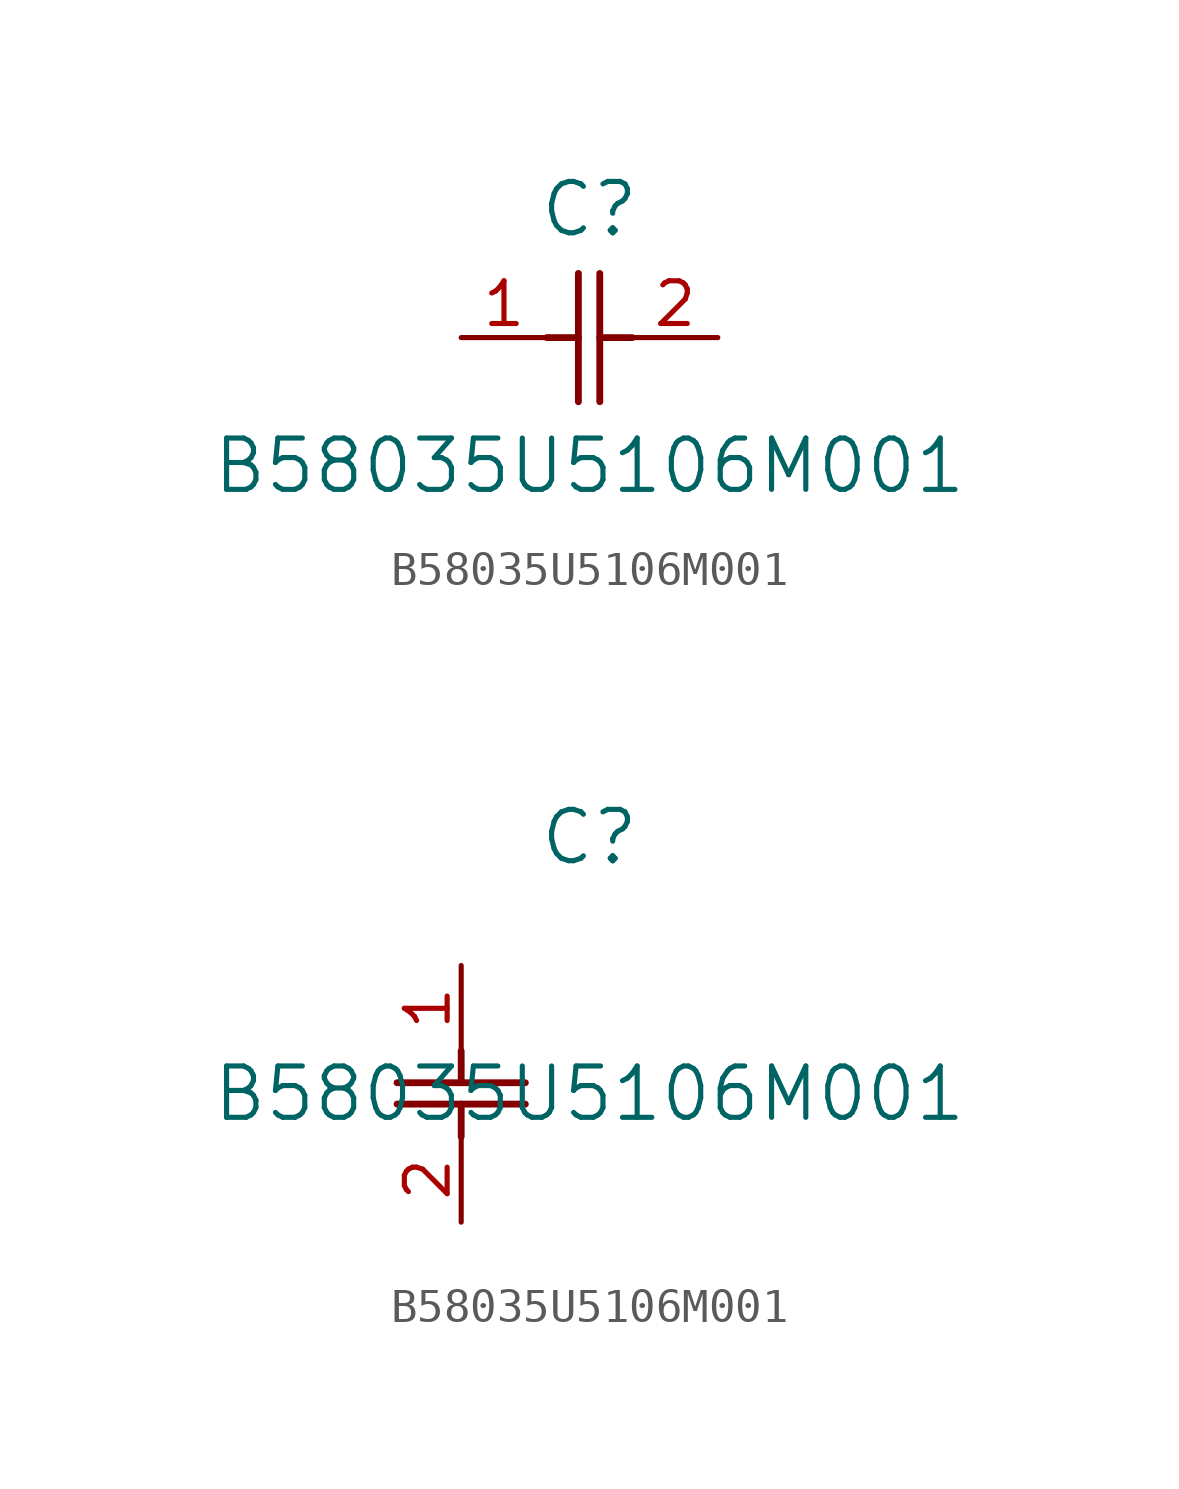
<source format=kicad_sym>
(kicad_symbol_lib
  (version 20211014)
  (generator kicad_symbol_editor)
  (symbol "B58035U5106M001"
    (pin_names
      (offset 0.254))
    (property "Reference" "C"
      (at 3.81 3.81 0)
      (effects (font (size 1.524 1.524))))
    (property "Value" "B58035U5106M001"
      (at 3.81 -3.81 0)
      (effects (font (size 1.524 1.524))))
    (symbol "B58035U5106M001_1_1"
      (polyline (pts (xy 3.48 -1.905) (xy 3.48 1.905)) (stroke (width 0.203) (type default) (color 0 0 0 0)) (fill (type none)))
      (polyline (pts (xy 4.115 -1.905) (xy 4.115 1.905)) (stroke (width 0.203) (type default) (color 0 0 0 0)) (fill (type none)))
      (polyline (pts (xy 4.115 0) (xy 5.08 0)) (stroke (width 0.203) (type default) (color 0 0 0 0)) (fill (type none)))
      (polyline (pts (xy 2.54 0) (xy 3.48 0)) (stroke (width 0.203) (type default) (color 0 0 0 0)) (fill (type none)))
      (pin unspecified line (at 0 0 0) (length 2.54) (name "" (effects (font (size 1.27 1.27)))) (number "1" (effects (font (size 1.27 1.27)))))
      (pin unspecified line (at 7.62 0 180) (length 2.54) (name "" (effects (font (size 1.27 1.27)))) (number "2" (effects (font (size 1.27 1.27))))))
    (symbol "B58035U5106M001_1_2"
      (polyline (pts (xy -1.905 -3.48) (xy 1.905 -3.48)) (stroke (width 0.203) (type default) (color 0 0 0 0)) (fill (type none)))
      (polyline (pts (xy -1.905 -4.115) (xy 1.905 -4.115)) (stroke (width 0.203) (type default) (color 0 0 0 0)) (fill (type none)))
      (polyline (pts (xy 0 -4.115) (xy 0 -5.08)) (stroke (width 0.203) (type default) (color 0 0 0 0)) (fill (type none)))
      (polyline (pts (xy 0 -2.54) (xy 0 -3.48)) (stroke (width 0.203) (type default) (color 0 0 0 0)) (fill (type none)))
      (pin unspecified line (at 0 0 270) (length 2.54) (name "" (effects (font (size 1.27 1.27)))) (number "1" (effects (font (size 1.27 1.27)))))
      (pin unspecified line (at 0 -7.62 90) (length 2.54) (name "" (effects (font (size 1.27 1.27)))) (number "2" (effects (font (size 1.27 1.27))))))))
</source>
